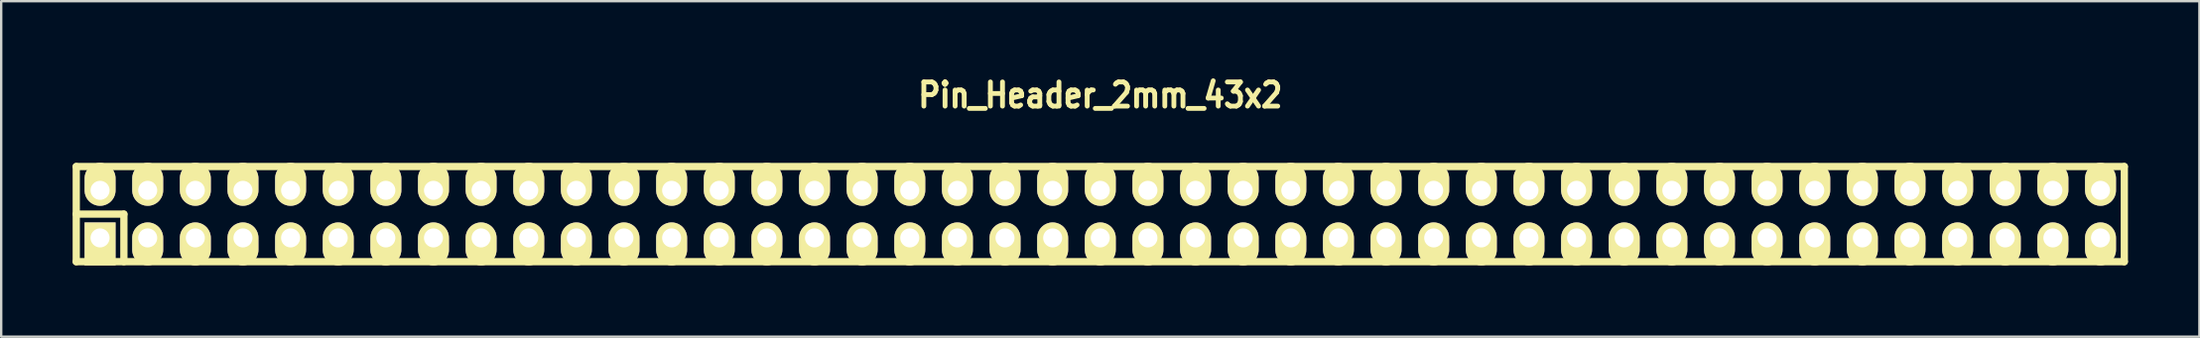
<source format=kicad_pcb>
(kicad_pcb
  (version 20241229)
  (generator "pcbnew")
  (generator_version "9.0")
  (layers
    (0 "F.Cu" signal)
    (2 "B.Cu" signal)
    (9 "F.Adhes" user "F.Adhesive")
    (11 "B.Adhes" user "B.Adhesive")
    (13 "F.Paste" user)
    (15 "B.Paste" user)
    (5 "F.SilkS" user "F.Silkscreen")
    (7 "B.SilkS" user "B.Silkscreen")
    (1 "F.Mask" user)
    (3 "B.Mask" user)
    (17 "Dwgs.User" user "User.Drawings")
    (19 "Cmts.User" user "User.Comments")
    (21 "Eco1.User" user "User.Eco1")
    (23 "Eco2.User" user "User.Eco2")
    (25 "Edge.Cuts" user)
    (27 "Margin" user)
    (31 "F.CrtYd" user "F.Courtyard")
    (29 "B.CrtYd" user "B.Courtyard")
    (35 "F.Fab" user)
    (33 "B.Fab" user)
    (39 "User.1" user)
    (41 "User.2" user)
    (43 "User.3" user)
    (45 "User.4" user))
  (footprint "Pin_Header_2mm_43x2"
    (layer "F.Cu")
    (at 43.152 5.951)
    (property "Reference" "Pin_Header_2mm_43x2" (at 0 -5 0) (layer "F.SilkS") (effects (font (size 1.016 0.889) (thickness 0.203))))
    (attr through_hole)
    (fp_line (start -43 -2) (end 43 -2) (stroke (width 0.305) (type solid)) (layer "F.SilkS"))
    (fp_line (start -43 0) (end -41 0) (stroke (width 0.305) (type solid)) (layer "F.SilkS"))
    (fp_line (start -43 2) (end -43 -2) (stroke (width 0.305) (type solid)) (layer "F.SilkS"))
    (fp_line (start -41 0) (end -41 2) (stroke (width 0.305) (type solid)) (layer "F.SilkS"))
    (fp_line (start 43 -2) (end 43 2) (stroke (width 0.305) (type solid)) (layer "F.SilkS"))
    (fp_line (start 43 2) (end -43 2) (stroke (width 0.305) (type solid)) (layer "F.SilkS"))
    (pad "1" thru_hole rect (at -42 1) (size 1.3 1.8) (drill 0.8 (offset 0 0.25)) (layers "*.Cu" "*.Mask" "F.SilkS"))
    (pad "2" thru_hole oval (at -42 -1) (size 1.3 1.8) (drill 0.8 (offset 0 -0.25)) (layers "*.Cu" "*.Mask" "F.SilkS"))
    (pad "3" thru_hole oval (at -40 1) (size 1.3 1.8) (drill 0.8 (offset 0 0.25)) (layers "*.Cu" "*.Mask" "F.SilkS"))
    (pad "4" thru_hole oval (at -40 -1) (size 1.3 1.8) (drill 0.8 (offset 0 -0.25)) (layers "*.Cu" "*.Mask" "F.SilkS"))
    (pad "5" thru_hole oval (at -38 1) (size 1.3 1.8) (drill 0.8 (offset 0 0.25)) (layers "*.Cu" "*.Mask" "F.SilkS"))
    (pad "6" thru_hole oval (at -38 -1) (size 1.3 1.8) (drill 0.8 (offset 0 -0.25)) (layers "*.Cu" "*.Mask" "F.SilkS"))
    (pad "7" thru_hole oval (at -36 1) (size 1.3 1.8) (drill 0.8 (offset 0 0.25)) (layers "*.Cu" "*.Mask" "F.SilkS"))
    (pad "8" thru_hole oval (at -36 -1) (size 1.3 1.8) (drill 0.8 (offset 0 -0.25)) (layers "*.Cu" "*.Mask" "F.SilkS"))
    (pad "9" thru_hole oval (at -34 1) (size 1.3 1.8) (drill 0.8 (offset 0 0.25)) (layers "*.Cu" "*.Mask" "F.SilkS"))
    (pad "10" thru_hole oval (at -34 -1) (size 1.3 1.8) (drill 0.8 (offset 0 -0.25)) (layers "*.Cu" "*.Mask" "F.SilkS"))
    (pad "11" thru_hole oval (at -32 1) (size 1.3 1.8) (drill 0.8 (offset 0 0.25)) (layers "*.Cu" "*.Mask" "F.SilkS"))
    (pad "12" thru_hole oval (at -32 -1) (size 1.3 1.8) (drill 0.8 (offset 0 -0.25)) (layers "*.Cu" "*.Mask" "F.SilkS"))
    (pad "13" thru_hole oval (at -30 1) (size 1.3 1.8) (drill 0.8 (offset 0 0.25)) (layers "*.Cu" "*.Mask" "F.SilkS"))
    (pad "14" thru_hole oval (at -30 -1) (size 1.3 1.8) (drill 0.8 (offset 0 -0.25)) (layers "*.Cu" "*.Mask" "F.SilkS"))
    (pad "15" thru_hole oval (at -28 1) (size 1.3 1.8) (drill 0.8 (offset 0 0.25)) (layers "*.Cu" "*.Mask" "F.SilkS"))
    (pad "16" thru_hole oval (at -28 -1) (size 1.3 1.8) (drill 0.8 (offset 0 -0.25)) (layers "*.Cu" "*.Mask" "F.SilkS"))
    (pad "17" thru_hole oval (at -26 1) (size 1.3 1.8) (drill 0.8 (offset 0 0.25)) (layers "*.Cu" "*.Mask" "F.SilkS"))
    (pad "18" thru_hole oval (at -26 -1) (size 1.3 1.8) (drill 0.8 (offset 0 -0.25)) (layers "*.Cu" "*.Mask" "F.SilkS"))
    (pad "19" thru_hole oval (at -24 1) (size 1.3 1.8) (drill 0.8 (offset 0 0.25)) (layers "*.Cu" "*.Mask" "F.SilkS"))
    (pad "20" thru_hole oval (at -24 -1) (size 1.3 1.8) (drill 0.8 (offset 0 -0.25)) (layers "*.Cu" "*.Mask" "F.SilkS"))
    (pad "21" thru_hole oval (at -22 1) (size 1.3 1.8) (drill 0.8 (offset 0 0.25)) (layers "*.Cu" "*.Mask" "F.SilkS"))
    (pad "22" thru_hole oval (at -22 -1) (size 1.3 1.8) (drill 0.8 (offset 0 -0.25)) (layers "*.Cu" "*.Mask" "F.SilkS"))
    (pad "23" thru_hole oval (at -20 1) (size 1.3 1.8) (drill 0.8 (offset 0 0.25)) (layers "*.Cu" "*.Mask" "F.SilkS"))
    (pad "24" thru_hole oval (at -20 -1) (size 1.3 1.8) (drill 0.8 (offset 0 -0.25)) (layers "*.Cu" "*.Mask" "F.SilkS"))
    (pad "25" thru_hole oval (at -18 1) (size 1.3 1.8) (drill 0.8 (offset 0 0.25)) (layers "*.Cu" "*.Mask" "F.SilkS"))
    (pad "26" thru_hole oval (at -18 -1) (size 1.3 1.8) (drill 0.8 (offset 0 -0.25)) (layers "*.Cu" "*.Mask" "F.SilkS"))
    (pad "27" thru_hole oval (at -16 1) (size 1.3 1.8) (drill 0.8 (offset 0 0.25)) (layers "*.Cu" "*.Mask" "F.SilkS"))
    (pad "28" thru_hole oval (at -16 -1) (size 1.3 1.8) (drill 0.8 (offset 0 -0.25)) (layers "*.Cu" "*.Mask" "F.SilkS"))
    (pad "29" thru_hole oval (at -14 1) (size 1.3 1.8) (drill 0.8 (offset 0 0.25)) (layers "*.Cu" "*.Mask" "F.SilkS"))
    (pad "30" thru_hole oval (at -14 -1) (size 1.3 1.8) (drill 0.8 (offset 0 -0.25)) (layers "*.Cu" "*.Mask" "F.SilkS"))
    (pad "31" thru_hole oval (at -12 1) (size 1.3 1.8) (drill 0.8 (offset 0 0.25)) (layers "*.Cu" "*.Mask" "F.SilkS"))
    (pad "32" thru_hole oval (at -12 -1) (size 1.3 1.8) (drill 0.8 (offset 0 -0.25)) (layers "*.Cu" "*.Mask" "F.SilkS"))
    (pad "33" thru_hole oval (at -10 1) (size 1.3 1.8) (drill 0.8 (offset 0 0.25)) (layers "*.Cu" "*.Mask" "F.SilkS"))
    (pad "34" thru_hole oval (at -10 -1) (size 1.3 1.8) (drill 0.8 (offset 0 -0.25)) (layers "*.Cu" "*.Mask" "F.SilkS"))
    (pad "35" thru_hole oval (at -8 1) (size 1.3 1.8) (drill 0.8 (offset 0 0.25)) (layers "*.Cu" "*.Mask" "F.SilkS"))
    (pad "36" thru_hole oval (at -8 -1) (size 1.3 1.8) (drill 0.8 (offset 0 -0.25)) (layers "*.Cu" "*.Mask" "F.SilkS"))
    (pad "37" thru_hole oval (at -6 1) (size 1.3 1.8) (drill 0.8 (offset 0 0.25)) (layers "*.Cu" "*.Mask" "F.SilkS"))
    (pad "38" thru_hole oval (at -6 -1) (size 1.3 1.8) (drill 0.8 (offset 0 -0.25)) (layers "*.Cu" "*.Mask" "F.SilkS"))
    (pad "39" thru_hole oval (at -4 1) (size 1.3 1.8) (drill 0.8 (offset 0 0.25)) (layers "*.Cu" "*.Mask" "F.SilkS"))
    (pad "40" thru_hole oval (at -4 -1) (size 1.3 1.8) (drill 0.8 (offset 0 -0.25)) (layers "*.Cu" "*.Mask" "F.SilkS"))
    (pad "41" thru_hole oval (at -2 1) (size 1.3 1.8) (drill 0.8 (offset 0 0.25)) (layers "*.Cu" "*.Mask" "F.SilkS"))
    (pad "42" thru_hole oval (at -2 -1) (size 1.3 1.8) (drill 0.8 (offset 0 -0.25)) (layers "*.Cu" "*.Mask" "F.SilkS"))
    (pad "43" thru_hole oval (at 0 1) (size 1.3 1.8) (drill 0.8 (offset 0 0.25)) (layers "*.Cu" "*.Mask" "F.SilkS"))
    (pad "44" thru_hole oval (at 0 -1) (size 1.3 1.8) (drill 0.8 (offset 0 -0.25)) (layers "*.Cu" "*.Mask" "F.SilkS"))
    (pad "45" thru_hole oval (at 2 1) (size 1.3 1.8) (drill 0.8 (offset 0 0.25)) (layers "*.Cu" "*.Mask" "F.SilkS"))
    (pad "46" thru_hole oval (at 2 -1) (size 1.3 1.8) (drill 0.8 (offset 0 -0.25)) (layers "*.Cu" "*.Mask" "F.SilkS"))
    (pad "47" thru_hole oval (at 4 1) (size 1.3 1.8) (drill 0.8 (offset 0 0.25)) (layers "*.Cu" "*.Mask" "F.SilkS"))
    (pad "48" thru_hole oval (at 4 -1) (size 1.3 1.8) (drill 0.8 (offset 0 -0.25)) (layers "*.Cu" "*.Mask" "F.SilkS"))
    (pad "49" thru_hole oval (at 6 1) (size 1.3 1.8) (drill 0.8 (offset 0 0.25)) (layers "*.Cu" "*.Mask" "F.SilkS"))
    (pad "50" thru_hole oval (at 6 -1) (size 1.3 1.8) (drill 0.8 (offset 0 -0.25)) (layers "*.Cu" "*.Mask" "F.SilkS"))
    (pad "51" thru_hole oval (at 8 1) (size 1.3 1.8) (drill 0.8 (offset 0 0.25)) (layers "*.Cu" "*.Mask" "F.SilkS"))
    (pad "52" thru_hole oval (at 8 -1) (size 1.3 1.8) (drill 0.8 (offset 0 -0.25)) (layers "*.Cu" "*.Mask" "F.SilkS"))
    (pad "53" thru_hole oval (at 10 1) (size 1.3 1.8) (drill 0.8 (offset 0 0.25)) (layers "*.Cu" "*.Mask" "F.SilkS"))
    (pad "54" thru_hole oval (at 10 -1) (size 1.3 1.8) (drill 0.8 (offset 0 -0.25)) (layers "*.Cu" "*.Mask" "F.SilkS"))
    (pad "55" thru_hole oval (at 12 1) (size 1.3 1.8) (drill 0.8 (offset 0 0.25)) (layers "*.Cu" "*.Mask" "F.SilkS"))
    (pad "56" thru_hole oval (at 12 -1) (size 1.3 1.8) (drill 0.8 (offset 0 -0.25)) (layers "*.Cu" "*.Mask" "F.SilkS"))
    (pad "57" thru_hole oval (at 14 1) (size 1.3 1.8) (drill 0.8 (offset 0 0.25)) (layers "*.Cu" "*.Mask" "F.SilkS"))
    (pad "58" thru_hole oval (at 14 -1) (size 1.3 1.8) (drill 0.8 (offset 0 -0.25)) (layers "*.Cu" "*.Mask" "F.SilkS"))
    (pad "59" thru_hole oval (at 16 1) (size 1.3 1.8) (drill 0.8 (offset 0 0.25)) (layers "*.Cu" "*.Mask" "F.SilkS"))
    (pad "60" thru_hole oval (at 16 -1) (size 1.3 1.8) (drill 0.8 (offset 0 -0.25)) (layers "*.Cu" "*.Mask" "F.SilkS"))
    (pad "61" thru_hole oval (at 18 1) (size 1.3 1.8) (drill 0.8 (offset 0 0.25)) (layers "*.Cu" "*.Mask" "F.SilkS"))
    (pad "62" thru_hole oval (at 18 -1) (size 1.3 1.8) (drill 0.8 (offset 0 -0.25)) (layers "*.Cu" "*.Mask" "F.SilkS"))
    (pad "63" thru_hole oval (at 20 1) (size 1.3 1.8) (drill 0.8 (offset 0 0.25)) (layers "*.Cu" "*.Mask" "F.SilkS"))
    (pad "64" thru_hole oval (at 20 -1) (size 1.3 1.8) (drill 0.8 (offset 0 -0.25)) (layers "*.Cu" "*.Mask" "F.SilkS"))
    (pad "65" thru_hole oval (at 22 1) (size 1.3 1.8) (drill 0.8 (offset 0 0.25)) (layers "*.Cu" "*.Mask" "F.SilkS"))
    (pad "66" thru_hole oval (at 22 -1) (size 1.3 1.8) (drill 0.8 (offset 0 -0.25)) (layers "*.Cu" "*.Mask" "F.SilkS"))
    (pad "67" thru_hole oval (at 24 1) (size 1.3 1.8) (drill 0.8 (offset 0 0.25)) (layers "*.Cu" "*.Mask" "F.SilkS"))
    (pad "68" thru_hole oval (at 24 -1) (size 1.3 1.8) (drill 0.8 (offset 0 -0.25)) (layers "*.Cu" "*.Mask" "F.SilkS"))
    (pad "69" thru_hole oval (at 26 1) (size 1.3 1.8) (drill 0.8 (offset 0 0.25)) (layers "*.Cu" "*.Mask" "F.SilkS"))
    (pad "70" thru_hole oval (at 26 -1) (size 1.3 1.8) (drill 0.8 (offset 0 -0.25)) (layers "*.Cu" "*.Mask" "F.SilkS"))
    (pad "71" thru_hole oval (at 28 1) (size 1.3 1.8) (drill 0.8 (offset 0 0.25)) (layers "*.Cu" "*.Mask" "F.SilkS"))
    (pad "72" thru_hole oval (at 28 -1) (size 1.3 1.8) (drill 0.8 (offset 0 -0.25)) (layers "*.Cu" "*.Mask" "F.SilkS"))
    (pad "73" thru_hole oval (at 30 1) (size 1.3 1.8) (drill 0.8 (offset 0 0.25)) (layers "*.Cu" "*.Mask" "F.SilkS"))
    (pad "74" thru_hole oval (at 30 -1) (size 1.3 1.8) (drill 0.8 (offset 0 -0.25)) (layers "*.Cu" "*.Mask" "F.SilkS"))
    (pad "75" thru_hole oval (at 32 1) (size 1.3 1.8) (drill 0.8 (offset 0 0.25)) (layers "*.Cu" "*.Mask" "F.SilkS"))
    (pad "76" thru_hole oval (at 32 -1) (size 1.3 1.8) (drill 0.8 (offset 0 -0.25)) (layers "*.Cu" "*.Mask" "F.SilkS"))
    (pad "77" thru_hole oval (at 34 1) (size 1.3 1.8) (drill 0.8 (offset 0 0.25)) (layers "*.Cu" "*.Mask" "F.SilkS"))
    (pad "78" thru_hole oval (at 34 -1) (size 1.3 1.8) (drill 0.8 (offset 0 -0.25)) (layers "*.Cu" "*.Mask" "F.SilkS"))
    (pad "79" thru_hole oval (at 36 1) (size 1.3 1.8) (drill 0.8 (offset 0 0.25)) (layers "*.Cu" "*.Mask" "F.SilkS"))
    (pad "80" thru_hole oval (at 36 -1) (size 1.3 1.8) (drill 0.8 (offset 0 -0.25)) (layers "*.Cu" "*.Mask" "F.SilkS"))
    (pad "81" thru_hole oval (at 38 1) (size 1.3 1.8) (drill 0.8 (offset 0 0.25)) (layers "*.Cu" "*.Mask" "F.SilkS"))
    (pad "82" thru_hole oval (at 38 -1) (size 1.3 1.8) (drill 0.8 (offset 0 -0.25)) (layers "*.Cu" "*.Mask" "F.SilkS"))
    (pad "83" thru_hole oval (at 40 1) (size 1.3 1.8) (drill 0.8 (offset 0 0.25)) (layers "*.Cu" "*.Mask" "F.SilkS"))
    (pad "84" thru_hole oval (at 40 -1) (size 1.3 1.8) (drill 0.8 (offset 0 -0.25)) (layers "*.Cu" "*.Mask" "F.SilkS"))
    (pad "85" thru_hole oval (at 42 1) (size 1.3 1.8) (drill 0.8 (offset 0 0.25)) (layers "*.Cu" "*.Mask" "F.SilkS"))
    (pad "86" thru_hole oval (at 42 -1) (size 1.3 1.8) (drill 0.8 (offset 0 -0.25)) (layers "*.Cu" "*.Mask" "F.SilkS")))
  (gr_rect
    (start -3 -3)
    (end 89.305 11.103)
    (stroke (width 0.1) (type default))
    (fill no)
    (layer "Edge.Cuts")))
</source>
